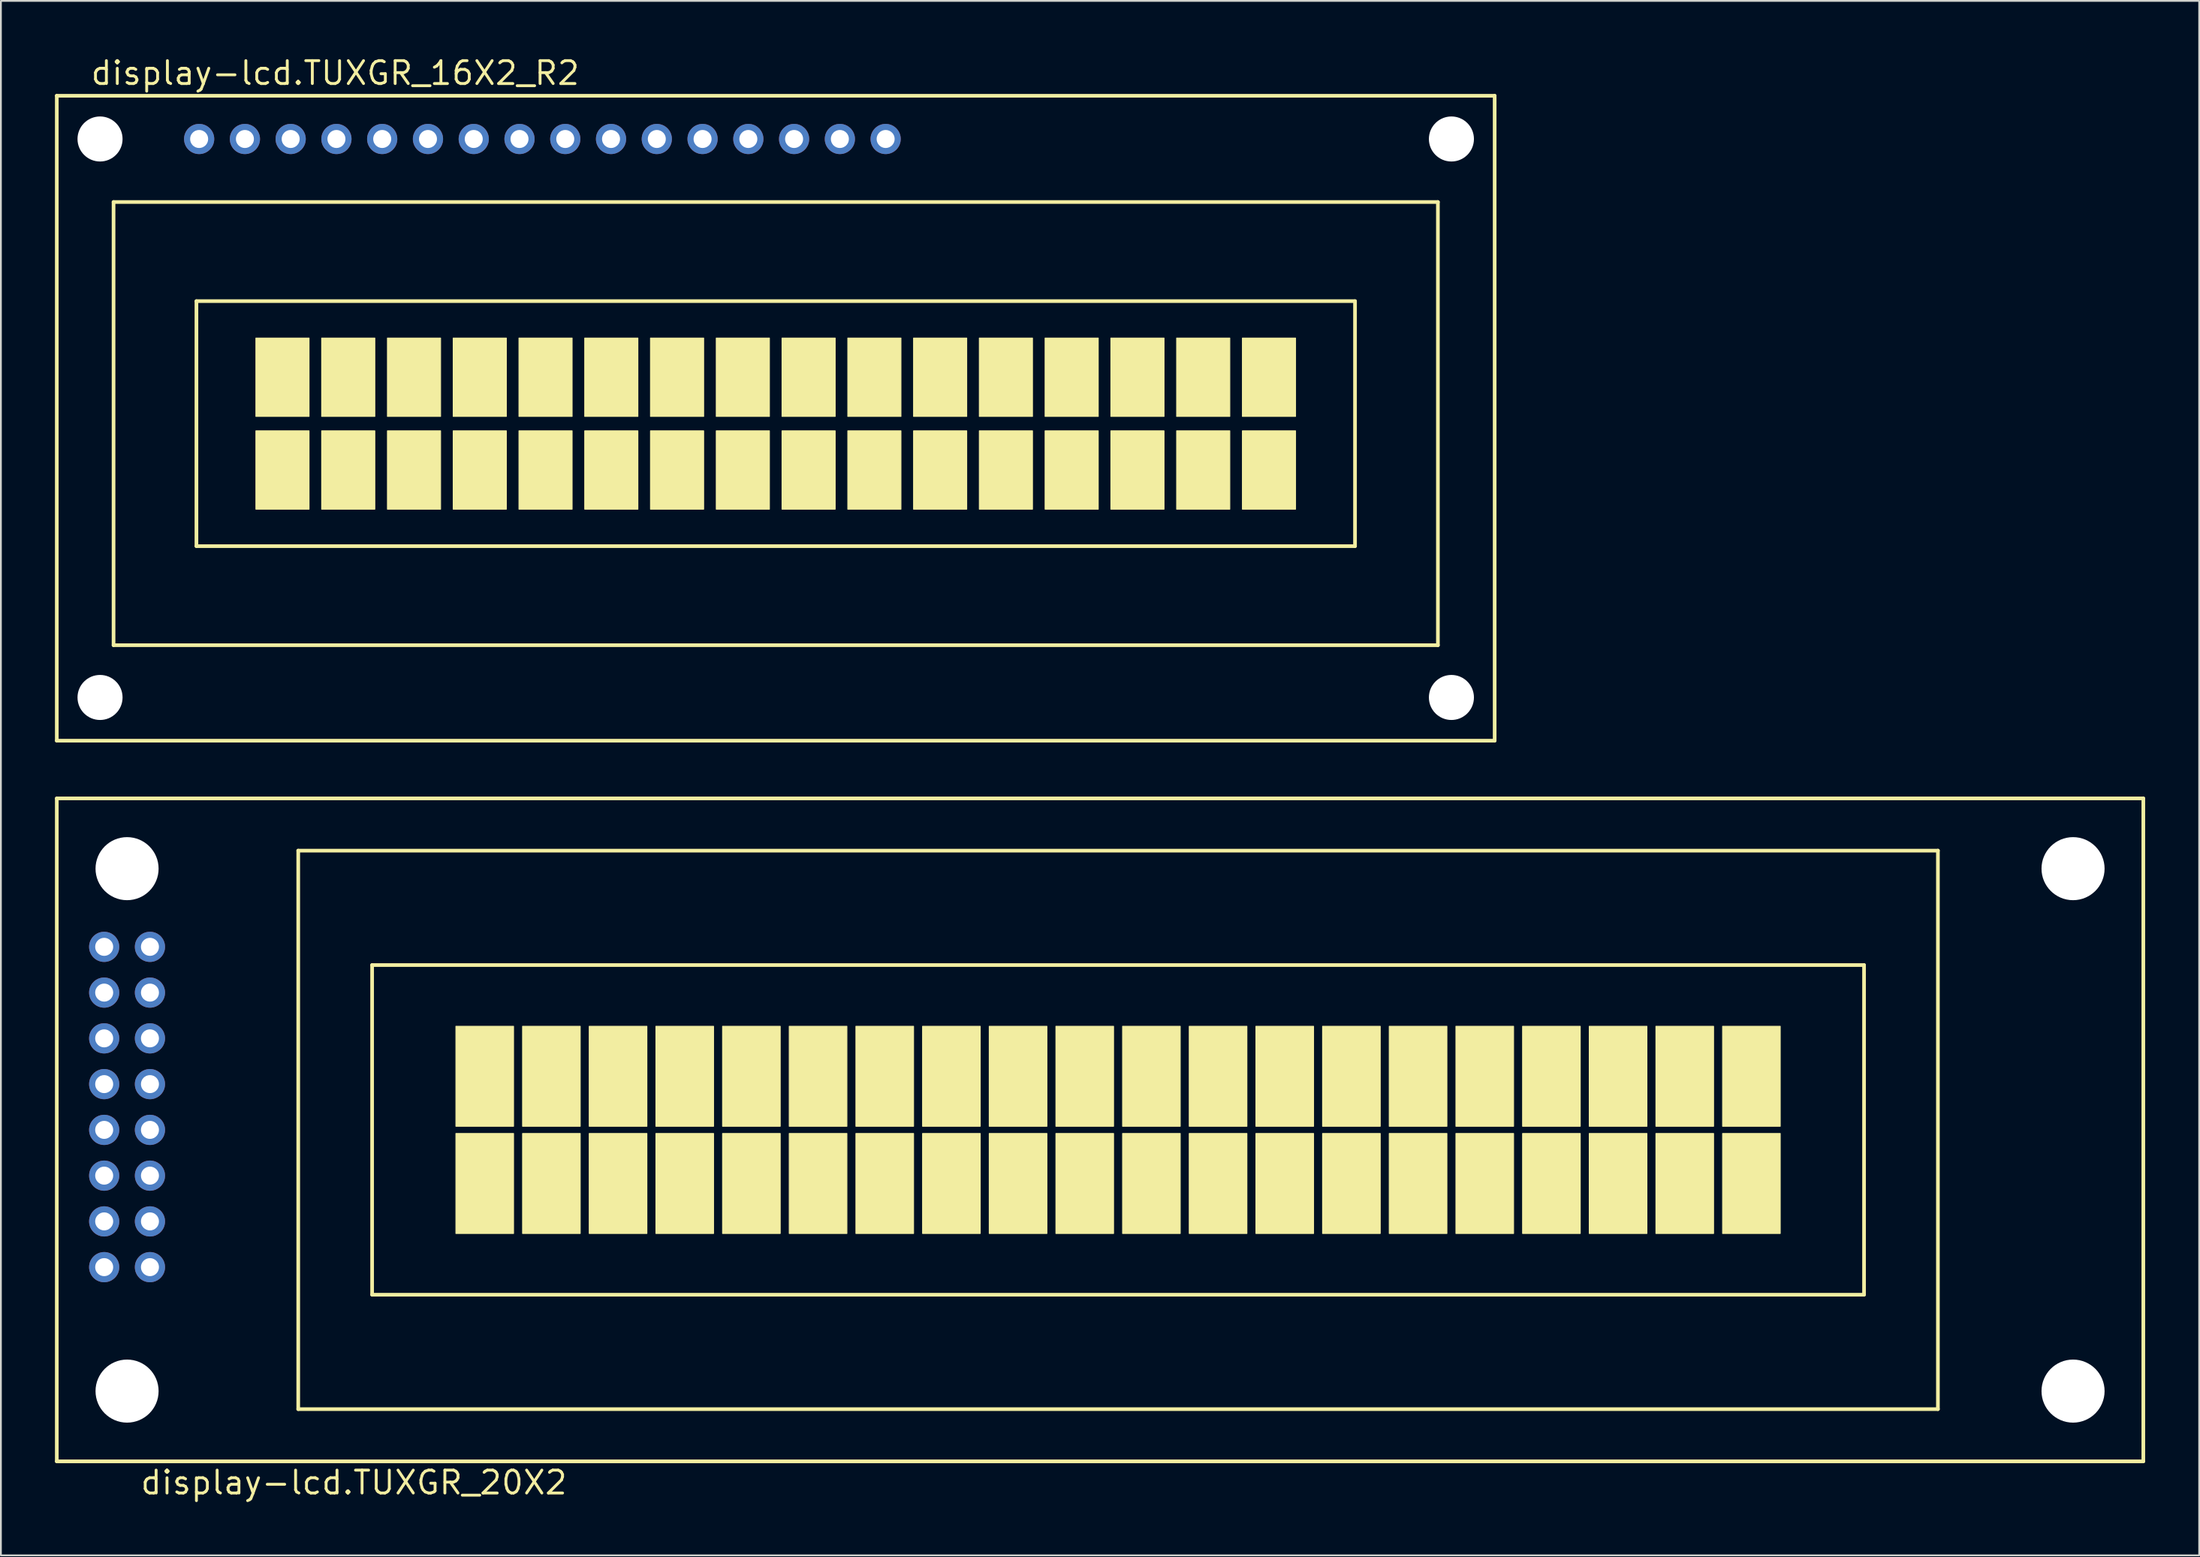
<source format=kicad_pcb>
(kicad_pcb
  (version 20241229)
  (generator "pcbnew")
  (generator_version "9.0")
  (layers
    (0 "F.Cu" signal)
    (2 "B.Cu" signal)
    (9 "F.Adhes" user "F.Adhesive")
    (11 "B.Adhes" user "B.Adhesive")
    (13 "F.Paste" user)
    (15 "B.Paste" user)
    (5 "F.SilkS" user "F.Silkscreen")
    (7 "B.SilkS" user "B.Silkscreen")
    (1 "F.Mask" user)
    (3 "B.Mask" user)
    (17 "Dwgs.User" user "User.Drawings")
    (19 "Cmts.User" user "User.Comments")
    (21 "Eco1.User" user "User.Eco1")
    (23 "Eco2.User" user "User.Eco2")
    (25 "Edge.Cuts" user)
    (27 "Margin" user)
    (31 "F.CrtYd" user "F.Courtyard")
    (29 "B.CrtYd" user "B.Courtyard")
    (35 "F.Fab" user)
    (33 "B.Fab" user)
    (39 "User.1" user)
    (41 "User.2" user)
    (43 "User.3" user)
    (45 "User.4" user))
  (footprint "display-lcd.TUXGR_20X2"
    (layer "F.Cu")
    (at 58.002 59.668)
    (property "Reference" "display-lcd.TUXGR_20X2" (at -53.34 20.32 0) (layer "F.SilkS") (effects (font (size 1.27 1.27) (thickness 0.16)) (justify left bottom)))
    (attr through_hole)
    (fp_line (start -57.9 -18.4) (end 57.9 -18.4) (stroke (width 0.203) (type default)) (layer "F.SilkS"))
    (fp_line (start -57.9 18.4) (end -57.9 -18.4) (stroke (width 0.203) (type default)) (layer "F.SilkS"))
    (fp_line (start -44.5 -15.5) (end 46.5 -15.5) (stroke (width 0.203) (type default)) (layer "F.SilkS"))
    (fp_line (start -44.5 15.5) (end -44.5 -15.5) (stroke (width 0.203) (type default)) (layer "F.SilkS"))
    (fp_line (start -40.4 -9.15) (end 42.4 -9.15) (stroke (width 0.203) (type default)) (layer "F.SilkS"))
    (fp_line (start -40.4 9.15) (end -40.4 -9.15) (stroke (width 0.203) (type default)) (layer "F.SilkS"))
    (fp_line (start 42.4 -9.15) (end 42.4 9.15) (stroke (width 0.203) (type default)) (layer "F.SilkS"))
    (fp_line (start 42.4 9.15) (end -40.4 9.15) (stroke (width 0.203) (type default)) (layer "F.SilkS"))
    (fp_line (start 46.5 -15.5) (end 46.5 15.5) (stroke (width 0.203) (type default)) (layer "F.SilkS"))
    (fp_line (start 46.5 15.5) (end -44.5 15.5) (stroke (width 0.203) (type default)) (layer "F.SilkS"))
    (fp_line (start 57.9 -18.4) (end 57.9 18.4) (stroke (width 0.203) (type default)) (layer "F.SilkS"))
    (fp_line (start 57.9 18.4) (end -57.9 18.4) (stroke (width 0.203) (type default)) (layer "F.SilkS"))
    (fp_rect (start -35.75 -0.2) (end -32.55 -5.75) (stroke (width 0.05) (type default)) (fill yes) (layer "F.SilkS"))
    (fp_rect (start -35.75 5.75) (end -32.55 0.2) (stroke (width 0.05) (type default)) (fill yes) (layer "F.SilkS"))
    (fp_rect (start -32.05 -0.2) (end -28.85 -5.75) (stroke (width 0.05) (type default)) (fill yes) (layer "F.SilkS"))
    (fp_rect (start -32.05 5.75) (end -28.85 0.2) (stroke (width 0.05) (type default)) (fill yes) (layer "F.SilkS"))
    (fp_rect (start -28.35 -0.2) (end -25.15 -5.75) (stroke (width 0.05) (type default)) (fill yes) (layer "F.SilkS"))
    (fp_rect (start -28.35 5.75) (end -25.15 0.2) (stroke (width 0.05) (type default)) (fill yes) (layer "F.SilkS"))
    (fp_rect (start -24.65 -0.2) (end -21.45 -5.75) (stroke (width 0.05) (type default)) (fill yes) (layer "F.SilkS"))
    (fp_rect (start -24.65 5.75) (end -21.45 0.2) (stroke (width 0.05) (type default)) (fill yes) (layer "F.SilkS"))
    (fp_rect (start -20.95 -0.2) (end -17.75 -5.75) (stroke (width 0.05) (type default)) (fill yes) (layer "F.SilkS"))
    (fp_rect (start -20.95 5.75) (end -17.75 0.2) (stroke (width 0.05) (type default)) (fill yes) (layer "F.SilkS"))
    (fp_rect (start -17.25 -0.2) (end -14.05 -5.75) (stroke (width 0.05) (type default)) (fill yes) (layer "F.SilkS"))
    (fp_rect (start -17.25 5.75) (end -14.05 0.2) (stroke (width 0.05) (type default)) (fill yes) (layer "F.SilkS"))
    (fp_rect (start -13.55 -0.2) (end -10.35 -5.75) (stroke (width 0.05) (type default)) (fill yes) (layer "F.SilkS"))
    (fp_rect (start -13.55 5.75) (end -10.35 0.2) (stroke (width 0.05) (type default)) (fill yes) (layer "F.SilkS"))
    (fp_rect (start -9.85 -0.2) (end -6.65 -5.75) (stroke (width 0.05) (type default)) (fill yes) (layer "F.SilkS"))
    (fp_rect (start -9.85 5.75) (end -6.65 0.2) (stroke (width 0.05) (type default)) (fill yes) (layer "F.SilkS"))
    (fp_rect (start -6.15 -0.2) (end -2.95 -5.75) (stroke (width 0.05) (type default)) (fill yes) (layer "F.SilkS"))
    (fp_rect (start -6.15 5.75) (end -2.95 0.2) (stroke (width 0.05) (type default)) (fill yes) (layer "F.SilkS"))
    (fp_rect (start -2.45 -0.2) (end 0.75 -5.75) (stroke (width 0.05) (type default)) (fill yes) (layer "F.SilkS"))
    (fp_rect (start -2.45 5.75) (end 0.75 0.2) (stroke (width 0.05) (type default)) (fill yes) (layer "F.SilkS"))
    (fp_rect (start 1.25 -0.2) (end 4.45 -5.75) (stroke (width 0.05) (type default)) (fill yes) (layer "F.SilkS"))
    (fp_rect (start 1.25 5.75) (end 4.45 0.2) (stroke (width 0.05) (type default)) (fill yes) (layer "F.SilkS"))
    (fp_rect (start 4.95 -0.2) (end 8.15 -5.75) (stroke (width 0.05) (type default)) (fill yes) (layer "F.SilkS"))
    (fp_rect (start 4.95 5.75) (end 8.15 0.2) (stroke (width 0.05) (type default)) (fill yes) (layer "F.SilkS"))
    (fp_rect (start 8.65 -0.2) (end 11.85 -5.75) (stroke (width 0.05) (type default)) (fill yes) (layer "F.SilkS"))
    (fp_rect (start 8.65 5.75) (end 11.85 0.2) (stroke (width 0.05) (type default)) (fill yes) (layer "F.SilkS"))
    (fp_rect (start 12.35 -0.2) (end 15.55 -5.75) (stroke (width 0.05) (type default)) (fill yes) (layer "F.SilkS"))
    (fp_rect (start 12.35 5.75) (end 15.55 0.2) (stroke (width 0.05) (type default)) (fill yes) (layer "F.SilkS"))
    (fp_rect (start 16.05 -0.2) (end 19.25 -5.75) (stroke (width 0.05) (type default)) (fill yes) (layer "F.SilkS"))
    (fp_rect (start 16.05 5.75) (end 19.25 0.2) (stroke (width 0.05) (type default)) (fill yes) (layer "F.SilkS"))
    (fp_rect (start 19.75 -0.2) (end 22.95 -5.75) (stroke (width 0.05) (type default)) (fill yes) (layer "F.SilkS"))
    (fp_rect (start 19.75 5.75) (end 22.95 0.2) (stroke (width 0.05) (type default)) (fill yes) (layer "F.SilkS"))
    (fp_rect (start 23.45 -0.2) (end 26.65 -5.75) (stroke (width 0.05) (type default)) (fill yes) (layer "F.SilkS"))
    (fp_rect (start 23.45 5.75) (end 26.65 0.2) (stroke (width 0.05) (type default)) (fill yes) (layer "F.SilkS"))
    (fp_rect (start 27.15 -0.2) (end 30.35 -5.75) (stroke (width 0.05) (type default)) (fill yes) (layer "F.SilkS"))
    (fp_rect (start 27.15 5.75) (end 30.35 0.2) (stroke (width 0.05) (type default)) (fill yes) (layer "F.SilkS"))
    (fp_rect (start 30.85 -0.2) (end 34.05 -5.75) (stroke (width 0.05) (type default)) (fill yes) (layer "F.SilkS"))
    (fp_rect (start 30.85 5.75) (end 34.05 0.2) (stroke (width 0.05) (type default)) (fill yes) (layer "F.SilkS"))
    (fp_rect (start 34.55 -0.2) (end 37.75 -5.75) (stroke (width 0.05) (type default)) (fill yes) (layer "F.SilkS"))
    (fp_rect (start 34.55 5.75) (end 37.75 0.2) (stroke (width 0.05) (type default)) (fill yes) (layer "F.SilkS"))
    (pad "" np_thru_hole circle (at -54 -14.5) (size 3.5 3.5) (drill 3.5) (layers "*.Cu" "*.Mask"))
    (pad "" np_thru_hole circle (at -54 14.5) (size 3.5 3.5) (drill 3.5) (layers "*.Cu" "*.Mask"))
    (pad "" np_thru_hole circle (at 54 -14.5) (size 3.5 3.5) (drill 3.5) (layers "*.Cu" "*.Mask"))
    (pad "" np_thru_hole circle (at 54 14.5) (size 3.5 3.5) (drill 3.5) (layers "*.Cu" "*.Mask"))
    (pad "1" thru_hole circle (at -52.73 7.62) (size 1.676 1.676) (drill 1) (layers "*.Cu" "*.Mask"))
    (pad "2" thru_hole circle (at -55.27 7.62) (size 1.676 1.676) (drill 1) (layers "*.Cu" "*.Mask"))
    (pad "3" thru_hole circle (at -52.73 5.08) (size 1.676 1.676) (drill 1) (layers "*.Cu" "*.Mask"))
    (pad "4" thru_hole circle (at -55.27 5.08) (size 1.676 1.676) (drill 1) (layers "*.Cu" "*.Mask"))
    (pad "5" thru_hole circle (at -52.73 2.54) (size 1.676 1.676) (drill 1) (layers "*.Cu" "*.Mask"))
    (pad "6" thru_hole circle (at -55.27 2.54) (size 1.676 1.676) (drill 1) (layers "*.Cu" "*.Mask"))
    (pad "7" thru_hole circle (at -52.73 0) (size 1.676 1.676) (drill 1) (layers "*.Cu" "*.Mask"))
    (pad "8" thru_hole circle (at -55.27 0) (size 1.676 1.676) (drill 1) (layers "*.Cu" "*.Mask"))
    (pad "9" thru_hole circle (at -52.73 -2.54) (size 1.676 1.676) (drill 1) (layers "*.Cu" "*.Mask"))
    (pad "10" thru_hole circle (at -55.27 -2.54) (size 1.676 1.676) (drill 1) (layers "*.Cu" "*.Mask"))
    (pad "11" thru_hole circle (at -52.73 -5.08) (size 1.676 1.676) (drill 1) (layers "*.Cu" "*.Mask"))
    (pad "12" thru_hole circle (at -55.27 -5.08) (size 1.676 1.676) (drill 1) (layers "*.Cu" "*.Mask"))
    (pad "13" thru_hole circle (at -52.73 -7.62) (size 1.676 1.676) (drill 1) (layers "*.Cu" "*.Mask"))
    (pad "14" thru_hole circle (at -55.27 -7.62) (size 1.676 1.676) (drill 1) (layers "*.Cu" "*.Mask"))
    (pad "15" thru_hole circle (at -52.73 -10.16) (size 1.676 1.676) (drill 1) (layers "*.Cu" "*.Mask"))
    (pad "16" thru_hole circle (at -55.27 -10.16) (size 1.676 1.676) (drill 1) (layers "*.Cu" "*.Mask")))
  (footprint "display-lcd.TUXGR_16X2_R2"
    (layer "F.Cu")
    (at 40.002 20.165)
    (property "Reference" "display-lcd.TUXGR_16X2_R2" (at -38.1 -18.415 0) (layer "F.SilkS") (effects (font (size 1.27 1.27) (thickness 0.16)) (justify left bottom)))
    (attr through_hole)
    (fp_line (start -39.9 -17.9) (end 39.9 -17.9) (stroke (width 0.203) (type default)) (layer "F.SilkS"))
    (fp_line (start -39.9 17.9) (end -39.9 -17.9) (stroke (width 0.203) (type default)) (layer "F.SilkS"))
    (fp_line (start -36.75 -12) (end 36.75 -12) (stroke (width 0.203) (type default)) (layer "F.SilkS"))
    (fp_line (start -36.75 12.6) (end -36.75 -12) (stroke (width 0.203) (type default)) (layer "F.SilkS"))
    (fp_line (start -32.15 -6.5) (end 32.15 -6.5) (stroke (width 0.203) (type default)) (layer "F.SilkS"))
    (fp_line (start -32.15 7.1) (end -32.15 -6.5) (stroke (width 0.203) (type default)) (layer "F.SilkS"))
    (fp_line (start 32.15 -6.5) (end 32.15 7.1) (stroke (width 0.203) (type default)) (layer "F.SilkS"))
    (fp_line (start 32.15 7.1) (end -32.15 7.1) (stroke (width 0.203) (type default)) (layer "F.SilkS"))
    (fp_line (start 36.75 -12) (end 36.75 12.6) (stroke (width 0.203) (type default)) (layer "F.SilkS"))
    (fp_line (start 36.75 12.6) (end -36.75 12.6) (stroke (width 0.203) (type default)) (layer "F.SilkS"))
    (fp_line (start 39.9 -17.9) (end 39.9 17.9) (stroke (width 0.203) (type default)) (layer "F.SilkS"))
    (fp_line (start 39.9 17.9) (end -39.9 17.9) (stroke (width 0.203) (type default)) (layer "F.SilkS"))
    (fp_rect (start -28.85 -0.1) (end -25.9 -4.45) (stroke (width 0.05) (type default)) (fill yes) (layer "F.SilkS"))
    (fp_rect (start -28.85 5.05) (end -25.9 0.7) (stroke (width 0.05) (type default)) (fill yes) (layer "F.SilkS"))
    (fp_rect (start -25.2 -0.1) (end -22.25 -4.45) (stroke (width 0.05) (type default)) (fill yes) (layer "F.SilkS"))
    (fp_rect (start -25.2 5.05) (end -22.25 0.7) (stroke (width 0.05) (type default)) (fill yes) (layer "F.SilkS"))
    (fp_rect (start -21.55 -0.1) (end -18.6 -4.45) (stroke (width 0.05) (type default)) (fill yes) (layer "F.SilkS"))
    (fp_rect (start -21.55 5.05) (end -18.6 0.7) (stroke (width 0.05) (type default)) (fill yes) (layer "F.SilkS"))
    (fp_rect (start -17.9 -0.1) (end -14.95 -4.45) (stroke (width 0.05) (type default)) (fill yes) (layer "F.SilkS"))
    (fp_rect (start -17.9 5.05) (end -14.95 0.7) (stroke (width 0.05) (type default)) (fill yes) (layer "F.SilkS"))
    (fp_rect (start -14.25 -0.1) (end -11.3 -4.45) (stroke (width 0.05) (type default)) (fill yes) (layer "F.SilkS"))
    (fp_rect (start -14.25 5.05) (end -11.3 0.7) (stroke (width 0.05) (type default)) (fill yes) (layer "F.SilkS"))
    (fp_rect (start -10.6 -0.1) (end -7.65 -4.45) (stroke (width 0.05) (type default)) (fill yes) (layer "F.SilkS"))
    (fp_rect (start -10.6 5.05) (end -7.65 0.7) (stroke (width 0.05) (type default)) (fill yes) (layer "F.SilkS"))
    (fp_rect (start -6.95 -0.1) (end -4 -4.45) (stroke (width 0.05) (type default)) (fill yes) (layer "F.SilkS"))
    (fp_rect (start -6.95 5.05) (end -4 0.7) (stroke (width 0.05) (type default)) (fill yes) (layer "F.SilkS"))
    (fp_rect (start -3.3 -0.1) (end -0.35 -4.45) (stroke (width 0.05) (type default)) (fill yes) (layer "F.SilkS"))
    (fp_rect (start -3.3 5.05) (end -0.35 0.7) (stroke (width 0.05) (type default)) (fill yes) (layer "F.SilkS"))
    (fp_rect (start 0.35 -0.1) (end 3.3 -4.45) (stroke (width 0.05) (type default)) (fill yes) (layer "F.SilkS"))
    (fp_rect (start 0.35 5.05) (end 3.3 0.7) (stroke (width 0.05) (type default)) (fill yes) (layer "F.SilkS"))
    (fp_rect (start 4 -0.1) (end 6.95 -4.45) (stroke (width 0.05) (type default)) (fill yes) (layer "F.SilkS"))
    (fp_rect (start 4 5.05) (end 6.95 0.7) (stroke (width 0.05) (type default)) (fill yes) (layer "F.SilkS"))
    (fp_rect (start 7.65 -0.1) (end 10.6 -4.45) (stroke (width 0.05) (type default)) (fill yes) (layer "F.SilkS"))
    (fp_rect (start 7.65 5.05) (end 10.6 0.7) (stroke (width 0.05) (type default)) (fill yes) (layer "F.SilkS"))
    (fp_rect (start 11.3 -0.1) (end 14.25 -4.45) (stroke (width 0.05) (type default)) (fill yes) (layer "F.SilkS"))
    (fp_rect (start 11.3 5.05) (end 14.25 0.7) (stroke (width 0.05) (type default)) (fill yes) (layer "F.SilkS"))
    (fp_rect (start 14.95 -0.1) (end 17.9 -4.45) (stroke (width 0.05) (type default)) (fill yes) (layer "F.SilkS"))
    (fp_rect (start 14.95 5.05) (end 17.9 0.7) (stroke (width 0.05) (type default)) (fill yes) (layer "F.SilkS"))
    (fp_rect (start 18.6 -0.1) (end 21.55 -4.45) (stroke (width 0.05) (type default)) (fill yes) (layer "F.SilkS"))
    (fp_rect (start 18.6 5.05) (end 21.55 0.7) (stroke (width 0.05) (type default)) (fill yes) (layer "F.SilkS"))
    (fp_rect (start 22.25 -0.1) (end 25.2 -4.45) (stroke (width 0.05) (type default)) (fill yes) (layer "F.SilkS"))
    (fp_rect (start 22.25 5.05) (end 25.2 0.7) (stroke (width 0.05) (type default)) (fill yes) (layer "F.SilkS"))
    (fp_rect (start 25.9 -0.1) (end 28.85 -4.45) (stroke (width 0.05) (type default)) (fill yes) (layer "F.SilkS"))
    (fp_rect (start 25.9 5.05) (end 28.85 0.7) (stroke (width 0.05) (type default)) (fill yes) (layer "F.SilkS"))
    (pad "" np_thru_hole circle (at -37.5 -15.5) (size 2.5 2.5) (drill 2.5) (layers "*.Cu" "*.Mask"))
    (pad "" np_thru_hole circle (at -37.5 15.5) (size 2.5 2.5) (drill 2.5) (layers "*.Cu" "*.Mask"))
    (pad "" np_thru_hole circle (at 37.5 -15.5) (size 2.5 2.5) (drill 2.5) (layers "*.Cu" "*.Mask"))
    (pad "" np_thru_hole circle (at 37.5 15.5) (size 2.5 2.5) (drill 2.5) (layers "*.Cu" "*.Mask"))
    (pad "1" thru_hole circle (at -32 -15.5) (size 1.676 1.676) (drill 1) (layers "*.Cu" "*.Mask"))
    (pad "2" thru_hole circle (at -29.46 -15.5) (size 1.676 1.676) (drill 1) (layers "*.Cu" "*.Mask"))
    (pad "3" thru_hole circle (at -26.92 -15.5) (size 1.676 1.676) (drill 1) (layers "*.Cu" "*.Mask"))
    (pad "4" thru_hole circle (at -24.38 -15.5) (size 1.676 1.676) (drill 1) (layers "*.Cu" "*.Mask"))
    (pad "5" thru_hole circle (at -21.84 -15.5) (size 1.676 1.676) (drill 1) (layers "*.Cu" "*.Mask"))
    (pad "6" thru_hole circle (at -19.3 -15.5) (size 1.676 1.676) (drill 1) (layers "*.Cu" "*.Mask"))
    (pad "7" thru_hole circle (at -16.76 -15.5) (size 1.676 1.676) (drill 1) (layers "*.Cu" "*.Mask"))
    (pad "8" thru_hole circle (at -14.22 -15.5) (size 1.676 1.676) (drill 1) (layers "*.Cu" "*.Mask"))
    (pad "9" thru_hole circle (at -11.68 -15.5) (size 1.676 1.676) (drill 1) (layers "*.Cu" "*.Mask"))
    (pad "10" thru_hole circle (at -9.14 -15.5) (size 1.676 1.676) (drill 1) (layers "*.Cu" "*.Mask"))
    (pad "11" thru_hole circle (at -6.6 -15.5) (size 1.676 1.676) (drill 1) (layers "*.Cu" "*.Mask"))
    (pad "12" thru_hole circle (at -4.06 -15.5) (size 1.676 1.676) (drill 1) (layers "*.Cu" "*.Mask"))
    (pad "13" thru_hole circle (at -1.52 -15.5) (size 1.676 1.676) (drill 1) (layers "*.Cu" "*.Mask"))
    (pad "14" thru_hole circle (at 1.02 -15.5) (size 1.676 1.676) (drill 1) (layers "*.Cu" "*.Mask"))
    (pad "15" thru_hole circle (at 3.56 -15.5) (size 1.676 1.676) (drill 1) (layers "*.Cu" "*.Mask"))
    (pad "16" thru_hole circle (at 6.1 -15.5) (size 1.676 1.676) (drill 1) (layers "*.Cu" "*.Mask")))
  (gr_rect
    (start -3 -3)
    (end 119.003 83.286)
    (stroke (width 0.1) (type default))
    (fill no)
    (layer "Edge.Cuts")))
</source>
